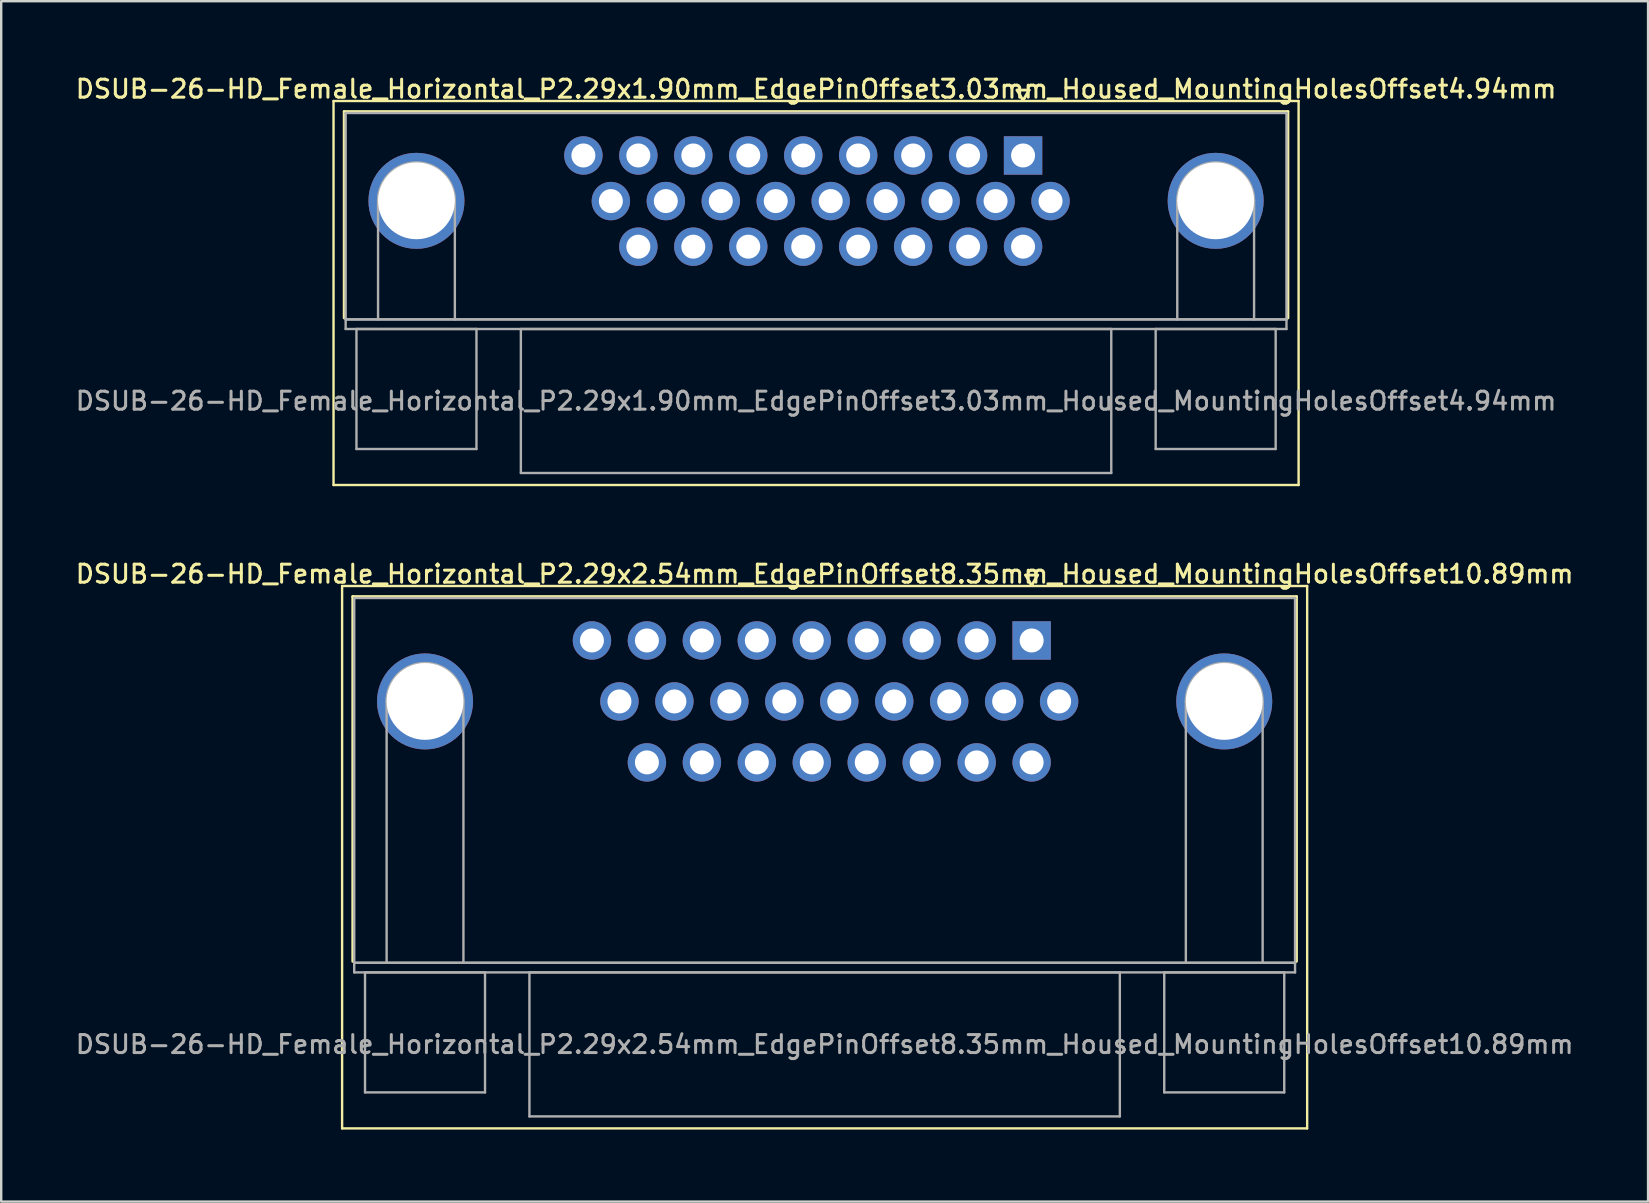
<source format=kicad_pcb>
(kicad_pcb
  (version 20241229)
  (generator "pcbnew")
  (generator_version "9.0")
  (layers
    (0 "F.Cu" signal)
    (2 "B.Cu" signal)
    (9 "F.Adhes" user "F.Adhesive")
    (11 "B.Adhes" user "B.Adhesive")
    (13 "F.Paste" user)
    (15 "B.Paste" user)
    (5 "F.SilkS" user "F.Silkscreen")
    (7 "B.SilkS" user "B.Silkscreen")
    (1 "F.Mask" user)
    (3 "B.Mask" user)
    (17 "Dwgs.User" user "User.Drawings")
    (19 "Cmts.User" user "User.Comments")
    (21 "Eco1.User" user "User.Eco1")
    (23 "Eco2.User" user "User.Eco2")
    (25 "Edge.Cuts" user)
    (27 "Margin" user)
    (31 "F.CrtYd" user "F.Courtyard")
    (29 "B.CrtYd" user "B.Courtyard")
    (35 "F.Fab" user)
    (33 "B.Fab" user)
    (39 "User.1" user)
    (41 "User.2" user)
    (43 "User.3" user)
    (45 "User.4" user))
  (footprint "DSUB-26-HD_Female_Horizontal_P2.29x2.54mm_EdgePinOffset8.35mm_Housed_MountingHolesOffset10.89mm"
    (layer "F.Cu")
    (at 39.934 23.636)
    (property "Reference" "DSUB-26-HD_Female_Horizontal_P2.29x2.54mm_EdgePinOffset8.35mm_Housed_MountingHolesOffset10.89mm" (at -8.625 -2.77 0) (layer "F.SilkS") (effects (font (size 0.75 0.75) (thickness 0.125))))
    (attr through_hole)
    (fp_line (start -28.73 -2.27) (end -28.73 20.33) (stroke (width 0.1) (type solid)) (layer "F.SilkS"))
    (fp_line (start -28.73 20.33) (end 11.48 20.33) (stroke (width 0.1) (type solid)) (layer "F.SilkS"))
    (fp_line (start -28.285 -1.83) (end 11.035 -1.83) (stroke (width 0.12) (type solid)) (layer "F.SilkS"))
    (fp_line (start -28.285 13.37) (end -28.285 -1.83) (stroke (width 0.12) (type solid)) (layer "F.SilkS"))
    (fp_line (start -0.25 -2.724) (end 0.25 -2.724) (stroke (width 0.12) (type solid)) (layer "F.SilkS"))
    (fp_line (start 0 -2.291) (end -0.25 -2.724) (stroke (width 0.12) (type solid)) (layer "F.SilkS"))
    (fp_line (start 0.25 -2.724) (end 0 -2.291) (stroke (width 0.12) (type solid)) (layer "F.SilkS"))
    (fp_line (start 11.035 -1.83) (end 11.035 13.37) (stroke (width 0.12) (type solid)) (layer "F.SilkS"))
    (fp_line (start 11.48 -2.27) (end -28.73 -2.27) (stroke (width 0.1) (type solid)) (layer "F.SilkS"))
    (fp_line (start 11.48 20.33) (end 11.48 -2.27) (stroke (width 0.1) (type solid)) (layer "F.SilkS"))
    (fp_line (start -28.225 -1.77) (end -28.225 13.43) (stroke (width 0.1) (type solid)) (layer "F.Fab"))
    (fp_line (start -28.225 13.43) (end -28.225 13.83) (stroke (width 0.1) (type solid)) (layer "F.Fab"))
    (fp_line (start -28.225 13.43) (end 10.975 13.43) (stroke (width 0.1) (type solid)) (layer "F.Fab"))
    (fp_line (start -28.225 13.83) (end 10.975 13.83) (stroke (width 0.1) (type solid)) (layer "F.Fab"))
    (fp_line (start -27.775 13.83) (end -27.775 18.83) (stroke (width 0.1) (type solid)) (layer "F.Fab"))
    (fp_line (start -27.775 18.83) (end -22.775 18.83) (stroke (width 0.1) (type solid)) (layer "F.Fab"))
    (fp_line (start -26.875 13.43) (end -26.875 2.54) (stroke (width 0.1) (type solid)) (layer "F.Fab"))
    (fp_line (start -23.675 13.43) (end -23.675 2.54) (stroke (width 0.1) (type solid)) (layer "F.Fab"))
    (fp_line (start -22.775 13.83) (end -27.775 13.83) (stroke (width 0.1) (type solid)) (layer "F.Fab"))
    (fp_line (start -22.775 18.83) (end -22.775 13.83) (stroke (width 0.1) (type solid)) (layer "F.Fab"))
    (fp_line (start -20.925 13.83) (end -20.925 19.83) (stroke (width 0.1) (type solid)) (layer "F.Fab"))
    (fp_line (start -20.925 19.83) (end 3.675 19.83) (stroke (width 0.1) (type solid)) (layer "F.Fab"))
    (fp_line (start 3.675 13.83) (end -20.925 13.83) (stroke (width 0.1) (type solid)) (layer "F.Fab"))
    (fp_line (start 3.675 19.83) (end 3.675 13.83) (stroke (width 0.1) (type solid)) (layer "F.Fab"))
    (fp_line (start 5.525 13.83) (end 5.525 18.83) (stroke (width 0.1) (type solid)) (layer "F.Fab"))
    (fp_line (start 5.525 18.83) (end 10.525 18.83) (stroke (width 0.1) (type solid)) (layer "F.Fab"))
    (fp_line (start 6.425 13.43) (end 6.425 2.54) (stroke (width 0.1) (type solid)) (layer "F.Fab"))
    (fp_line (start 9.625 13.43) (end 9.625 2.54) (stroke (width 0.1) (type solid)) (layer "F.Fab"))
    (fp_line (start 10.525 13.83) (end 5.525 13.83) (stroke (width 0.1) (type solid)) (layer "F.Fab"))
    (fp_line (start 10.525 18.83) (end 10.525 13.83) (stroke (width 0.1) (type solid)) (layer "F.Fab"))
    (fp_line (start 10.975 -1.77) (end -28.225 -1.77) (stroke (width 0.1) (type solid)) (layer "F.Fab"))
    (fp_line (start 10.975 13.43) (end -28.225 13.43) (stroke (width 0.1) (type solid)) (layer "F.Fab"))
    (fp_line (start 10.975 13.43) (end 10.975 -1.77) (stroke (width 0.1) (type solid)) (layer "F.Fab"))
    (fp_line (start 10.975 13.83) (end 10.975 13.43) (stroke (width 0.1) (type solid)) (layer "F.Fab"))
    (fp_arc (start -26.875 2.54) (mid -25.275 0.94) (end -23.675 2.54) (stroke (width 0.1) (type solid)) (layer "F.Fab"))
    (fp_arc (start 6.425 2.54) (mid 8.025 0.94) (end 9.625 2.54) (stroke (width 0.1) (type solid)) (layer "F.Fab"))
    (fp_text user "${REFERENCE}" (at -8.625 16.83 0) (layer "F.Fab") (effects (font (size 0.75 0.75) (thickness 0.125))))
    (pad "0" thru_hole circle (at -25.275 2.54) (size 4 4) (drill 3.2) (layers "*.Cu" "*.Mask"))
    (pad "0" thru_hole circle (at 8.025 2.54) (size 4 4) (drill 3.2) (layers "*.Cu" "*.Mask"))
    (pad "1" thru_hole rect (at 0 0) (size 1.6 1.6) (drill 1) (layers "*.Cu" "*.Mask"))
    (pad "2" thru_hole circle (at -2.29 0) (size 1.6 1.6) (drill 1) (layers "*.Cu" "*.Mask"))
    (pad "3" thru_hole circle (at -4.58 0) (size 1.6 1.6) (drill 1) (layers "*.Cu" "*.Mask"))
    (pad "4" thru_hole circle (at -6.87 0) (size 1.6 1.6) (drill 1) (layers "*.Cu" "*.Mask"))
    (pad "5" thru_hole circle (at -9.16 0) (size 1.6 1.6) (drill 1) (layers "*.Cu" "*.Mask"))
    (pad "6" thru_hole circle (at -11.45 0) (size 1.6 1.6) (drill 1) (layers "*.Cu" "*.Mask"))
    (pad "7" thru_hole circle (at -13.74 0) (size 1.6 1.6) (drill 1) (layers "*.Cu" "*.Mask"))
    (pad "8" thru_hole circle (at -16.03 0) (size 1.6 1.6) (drill 1) (layers "*.Cu" "*.Mask"))
    (pad "9" thru_hole circle (at -18.32 0) (size 1.6 1.6) (drill 1) (layers "*.Cu" "*.Mask"))
    (pad "10" thru_hole circle (at 1.145 2.54) (size 1.6 1.6) (drill 1) (layers "*.Cu" "*.Mask"))
    (pad "11" thru_hole circle (at -1.145 2.54) (size 1.6 1.6) (drill 1) (layers "*.Cu" "*.Mask"))
    (pad "12" thru_hole circle (at -3.435 2.54) (size 1.6 1.6) (drill 1) (layers "*.Cu" "*.Mask"))
    (pad "13" thru_hole circle (at -5.725 2.54) (size 1.6 1.6) (drill 1) (layers "*.Cu" "*.Mask"))
    (pad "14" thru_hole circle (at -8.015 2.54) (size 1.6 1.6) (drill 1) (layers "*.Cu" "*.Mask"))
    (pad "15" thru_hole circle (at -10.305 2.54) (size 1.6 1.6) (drill 1) (layers "*.Cu" "*.Mask"))
    (pad "16" thru_hole circle (at -12.595 2.54) (size 1.6 1.6) (drill 1) (layers "*.Cu" "*.Mask"))
    (pad "17" thru_hole circle (at -14.885 2.54) (size 1.6 1.6) (drill 1) (layers "*.Cu" "*.Mask"))
    (pad "18" thru_hole circle (at -17.175 2.54) (size 1.6 1.6) (drill 1) (layers "*.Cu" "*.Mask"))
    (pad "19" thru_hole circle (at 0 5.08) (size 1.6 1.6) (drill 1) (layers "*.Cu" "*.Mask"))
    (pad "20" thru_hole circle (at -2.29 5.08) (size 1.6 1.6) (drill 1) (layers "*.Cu" "*.Mask"))
    (pad "21" thru_hole circle (at -4.58 5.08) (size 1.6 1.6) (drill 1) (layers "*.Cu" "*.Mask"))
    (pad "22" thru_hole circle (at -6.87 5.08) (size 1.6 1.6) (drill 1) (layers "*.Cu" "*.Mask"))
    (pad "23" thru_hole circle (at -9.16 5.08) (size 1.6 1.6) (drill 1) (layers "*.Cu" "*.Mask"))
    (pad "24" thru_hole circle (at -11.45 5.08) (size 1.6 1.6) (drill 1) (layers "*.Cu" "*.Mask"))
    (pad "25" thru_hole circle (at -13.74 5.08) (size 1.6 1.6) (drill 1) (layers "*.Cu" "*.Mask"))
    (pad "26" thru_hole circle (at -16.03 5.08) (size 1.6 1.6) (drill 1) (layers "*.Cu" "*.Mask")))
  (footprint "DSUB-26-HD_Female_Horizontal_P2.29x1.90mm_EdgePinOffset3.03mm_Housed_MountingHolesOffset4.94mm"
    (layer "F.Cu")
    (at 39.577 3.428)
    (property "Reference" "DSUB-26-HD_Female_Horizontal_P2.29x1.90mm_EdgePinOffset3.03mm_Housed_MountingHolesOffset4.94mm" (at -8.625 -2.77 0) (layer "F.SilkS") (effects (font (size 0.75 0.75) (thickness 0.125))))
    (attr through_hole)
    (fp_line (start -28.73 -2.27) (end -28.73 13.73) (stroke (width 0.1) (type solid)) (layer "F.SilkS"))
    (fp_line (start -28.73 13.73) (end 11.48 13.73) (stroke (width 0.1) (type solid)) (layer "F.SilkS"))
    (fp_line (start -28.285 -1.83) (end 11.035 -1.83) (stroke (width 0.12) (type solid)) (layer "F.SilkS"))
    (fp_line (start -28.285 6.77) (end -28.285 -1.83) (stroke (width 0.12) (type solid)) (layer "F.SilkS"))
    (fp_line (start -0.25 -2.724) (end 0.25 -2.724) (stroke (width 0.12) (type solid)) (layer "F.SilkS"))
    (fp_line (start 0 -2.291) (end -0.25 -2.724) (stroke (width 0.12) (type solid)) (layer "F.SilkS"))
    (fp_line (start 0.25 -2.724) (end 0 -2.291) (stroke (width 0.12) (type solid)) (layer "F.SilkS"))
    (fp_line (start 11.035 -1.83) (end 11.035 6.77) (stroke (width 0.12) (type solid)) (layer "F.SilkS"))
    (fp_line (start 11.48 -2.27) (end -28.73 -2.27) (stroke (width 0.1) (type solid)) (layer "F.SilkS"))
    (fp_line (start 11.48 13.73) (end 11.48 -2.27) (stroke (width 0.1) (type solid)) (layer "F.SilkS"))
    (fp_line (start -28.225 -1.77) (end -28.225 6.83) (stroke (width 0.1) (type solid)) (layer "F.Fab"))
    (fp_line (start -28.225 6.83) (end -28.225 7.23) (stroke (width 0.1) (type solid)) (layer "F.Fab"))
    (fp_line (start -28.225 6.83) (end 10.975 6.83) (stroke (width 0.1) (type solid)) (layer "F.Fab"))
    (fp_line (start -28.225 7.23) (end 10.975 7.23) (stroke (width 0.1) (type solid)) (layer "F.Fab"))
    (fp_line (start -27.775 7.23) (end -27.775 12.23) (stroke (width 0.1) (type solid)) (layer "F.Fab"))
    (fp_line (start -27.775 12.23) (end -22.775 12.23) (stroke (width 0.1) (type solid)) (layer "F.Fab"))
    (fp_line (start -26.875 6.83) (end -26.875 1.89) (stroke (width 0.1) (type solid)) (layer "F.Fab"))
    (fp_line (start -23.675 6.83) (end -23.675 1.89) (stroke (width 0.1) (type solid)) (layer "F.Fab"))
    (fp_line (start -22.775 7.23) (end -27.775 7.23) (stroke (width 0.1) (type solid)) (layer "F.Fab"))
    (fp_line (start -22.775 12.23) (end -22.775 7.23) (stroke (width 0.1) (type solid)) (layer "F.Fab"))
    (fp_line (start -20.925 7.23) (end -20.925 13.23) (stroke (width 0.1) (type solid)) (layer "F.Fab"))
    (fp_line (start -20.925 13.23) (end 3.675 13.23) (stroke (width 0.1) (type solid)) (layer "F.Fab"))
    (fp_line (start 3.675 7.23) (end -20.925 7.23) (stroke (width 0.1) (type solid)) (layer "F.Fab"))
    (fp_line (start 3.675 13.23) (end 3.675 7.23) (stroke (width 0.1) (type solid)) (layer "F.Fab"))
    (fp_line (start 5.525 7.23) (end 5.525 12.23) (stroke (width 0.1) (type solid)) (layer "F.Fab"))
    (fp_line (start 5.525 12.23) (end 10.525 12.23) (stroke (width 0.1) (type solid)) (layer "F.Fab"))
    (fp_line (start 6.425 6.83) (end 6.425 1.89) (stroke (width 0.1) (type solid)) (layer "F.Fab"))
    (fp_line (start 9.625 6.83) (end 9.625 1.89) (stroke (width 0.1) (type solid)) (layer "F.Fab"))
    (fp_line (start 10.525 7.23) (end 5.525 7.23) (stroke (width 0.1) (type solid)) (layer "F.Fab"))
    (fp_line (start 10.525 12.23) (end 10.525 7.23) (stroke (width 0.1) (type solid)) (layer "F.Fab"))
    (fp_line (start 10.975 -1.77) (end -28.225 -1.77) (stroke (width 0.1) (type solid)) (layer "F.Fab"))
    (fp_line (start 10.975 6.83) (end -28.225 6.83) (stroke (width 0.1) (type solid)) (layer "F.Fab"))
    (fp_line (start 10.975 6.83) (end 10.975 -1.77) (stroke (width 0.1) (type solid)) (layer "F.Fab"))
    (fp_line (start 10.975 7.23) (end 10.975 6.83) (stroke (width 0.1) (type solid)) (layer "F.Fab"))
    (fp_arc (start -26.875 1.89) (mid -25.275 0.29) (end -23.675 1.89) (stroke (width 0.1) (type solid)) (layer "F.Fab"))
    (fp_arc (start 6.425 1.89) (mid 8.025 0.29) (end 9.625 1.89) (stroke (width 0.1) (type solid)) (layer "F.Fab"))
    (fp_text user "${REFERENCE}" (at -8.625 10.23 0) (layer "F.Fab") (effects (font (size 0.75 0.75) (thickness 0.125))))
    (pad "0" thru_hole circle (at -25.275 1.89) (size 4 4) (drill 3.2) (layers "*.Cu" "*.Mask"))
    (pad "0" thru_hole circle (at 8.025 1.89) (size 4 4) (drill 3.2) (layers "*.Cu" "*.Mask"))
    (pad "1" thru_hole rect (at 0 0) (size 1.6 1.6) (drill 1) (layers "*.Cu" "*.Mask"))
    (pad "2" thru_hole circle (at -2.29 0) (size 1.6 1.6) (drill 1) (layers "*.Cu" "*.Mask"))
    (pad "3" thru_hole circle (at -4.58 0) (size 1.6 1.6) (drill 1) (layers "*.Cu" "*.Mask"))
    (pad "4" thru_hole circle (at -6.87 0) (size 1.6 1.6) (drill 1) (layers "*.Cu" "*.Mask"))
    (pad "5" thru_hole circle (at -9.16 0) (size 1.6 1.6) (drill 1) (layers "*.Cu" "*.Mask"))
    (pad "6" thru_hole circle (at -11.45 0) (size 1.6 1.6) (drill 1) (layers "*.Cu" "*.Mask"))
    (pad "7" thru_hole circle (at -13.74 0) (size 1.6 1.6) (drill 1) (layers "*.Cu" "*.Mask"))
    (pad "8" thru_hole circle (at -16.03 0) (size 1.6 1.6) (drill 1) (layers "*.Cu" "*.Mask"))
    (pad "9" thru_hole circle (at -18.32 0) (size 1.6 1.6) (drill 1) (layers "*.Cu" "*.Mask"))
    (pad "10" thru_hole circle (at 1.145 1.9) (size 1.6 1.6) (drill 1) (layers "*.Cu" "*.Mask"))
    (pad "11" thru_hole circle (at -1.145 1.9) (size 1.6 1.6) (drill 1) (layers "*.Cu" "*.Mask"))
    (pad "12" thru_hole circle (at -3.435 1.9) (size 1.6 1.6) (drill 1) (layers "*.Cu" "*.Mask"))
    (pad "13" thru_hole circle (at -5.725 1.9) (size 1.6 1.6) (drill 1) (layers "*.Cu" "*.Mask"))
    (pad "14" thru_hole circle (at -8.015 1.9) (size 1.6 1.6) (drill 1) (layers "*.Cu" "*.Mask"))
    (pad "15" thru_hole circle (at -10.305 1.9) (size 1.6 1.6) (drill 1) (layers "*.Cu" "*.Mask"))
    (pad "16" thru_hole circle (at -12.595 1.9) (size 1.6 1.6) (drill 1) (layers "*.Cu" "*.Mask"))
    (pad "17" thru_hole circle (at -14.885 1.9) (size 1.6 1.6) (drill 1) (layers "*.Cu" "*.Mask"))
    (pad "18" thru_hole circle (at -17.175 1.9) (size 1.6 1.6) (drill 1) (layers "*.Cu" "*.Mask"))
    (pad "19" thru_hole circle (at 0 3.8) (size 1.6 1.6) (drill 1) (layers "*.Cu" "*.Mask"))
    (pad "20" thru_hole circle (at -2.29 3.8) (size 1.6 1.6) (drill 1) (layers "*.Cu" "*.Mask"))
    (pad "21" thru_hole circle (at -4.58 3.8) (size 1.6 1.6) (drill 1) (layers "*.Cu" "*.Mask"))
    (pad "22" thru_hole circle (at -6.87 3.8) (size 1.6 1.6) (drill 1) (layers "*.Cu" "*.Mask"))
    (pad "23" thru_hole circle (at -9.16 3.8) (size 1.6 1.6) (drill 1) (layers "*.Cu" "*.Mask"))
    (pad "24" thru_hole circle (at -11.45 3.8) (size 1.6 1.6) (drill 1) (layers "*.Cu" "*.Mask"))
    (pad "25" thru_hole circle (at -13.74 3.8) (size 1.6 1.6) (drill 1) (layers "*.Cu" "*.Mask"))
    (pad "26" thru_hole circle (at -16.03 3.8) (size 1.6 1.6) (drill 1) (layers "*.Cu" "*.Mask")))
  (gr_rect
    (start -3 -3)
    (end 65.618 47.016)
    (stroke (width 0.1) (type default))
    (fill no)
    (layer "Edge.Cuts")))
</source>
